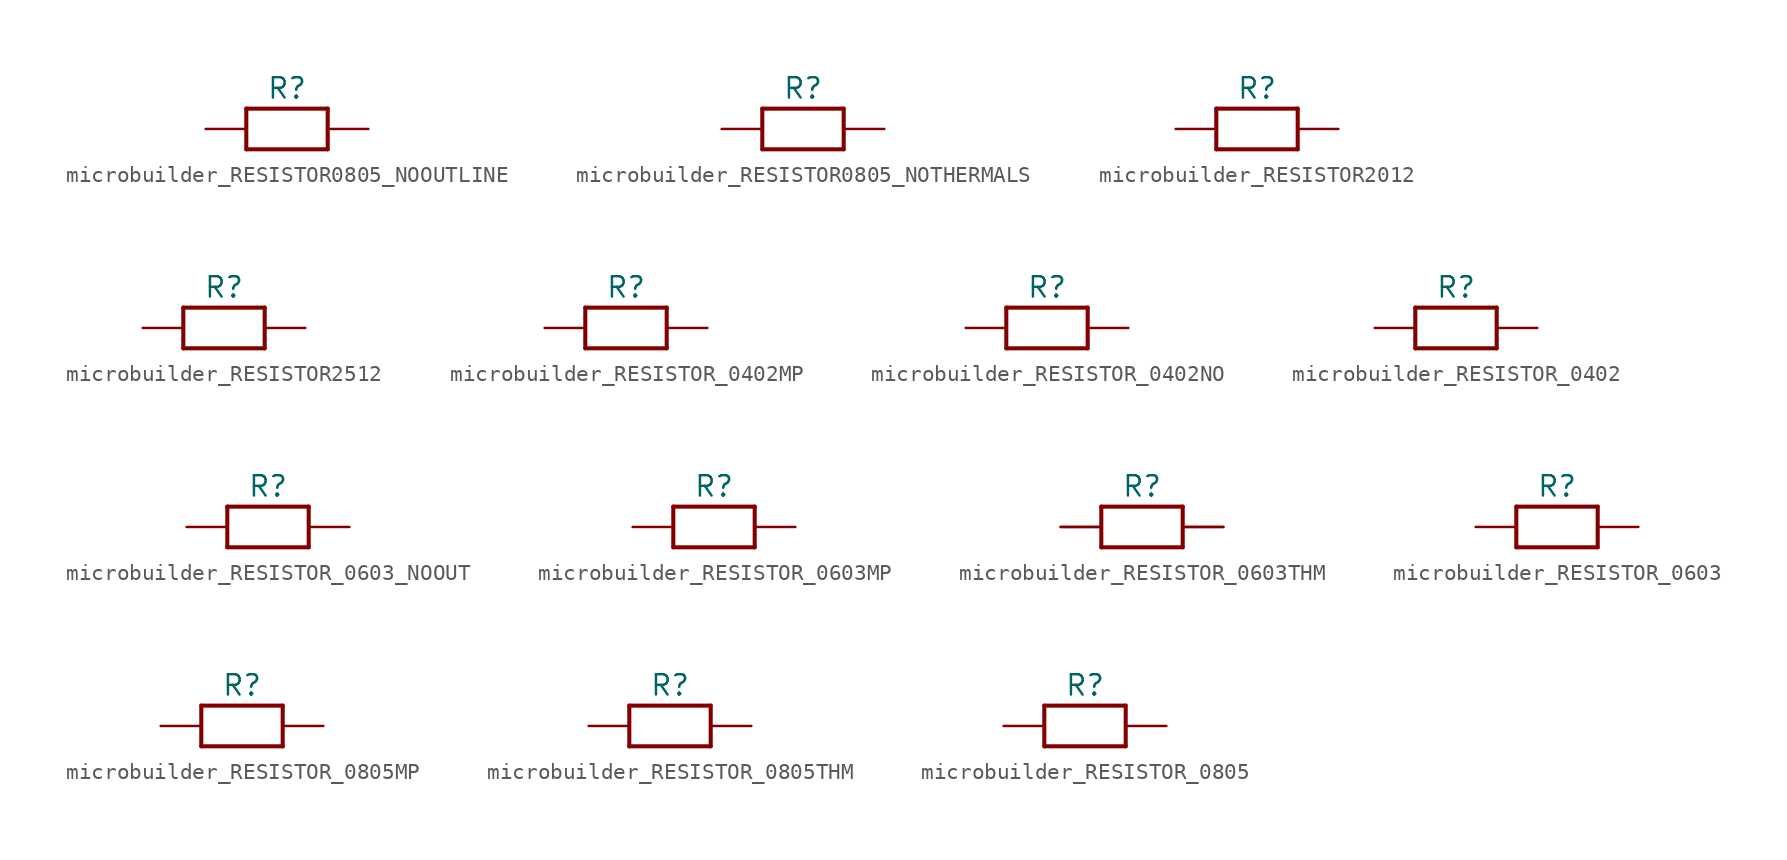
<source format=kicad_sym>
(kicad_symbol_lib
  (version 20241209)
  (generator "kicad_symbol_editor")
  (generator_version "9.0")
  (symbol "microbuilder_RESISTOR0805_NOOUTLINE"
    (property "Reference" "R"
      (at 0 2.54 0)
      (effects (font (size 1.27 1.27))))
    (property "Value" ""
      (at 0 0 0)
      (effects (font (size 1.016 1.016) (thickness 0.203) (bold yes))))
    (property "ki_locked" ""
      (at 0 0 0)
      (effects (font (size 1.27 1.27))))
    (symbol "microbuilder_RESISTOR0805_NOOUTLINE_1_0"
      (polyline (pts (xy -2.54 1.27) (xy 2.54 1.27)) (stroke (width 0.254) (type solid)) (fill (type none)))
      (polyline (pts (xy -2.54 -1.27) (xy -2.54 1.27)) (stroke (width 0.254) (type solid)) (fill (type none)))
      (polyline (pts (xy 2.54 1.27) (xy 2.54 -1.27)) (stroke (width 0.254) (type solid)) (fill (type none)))
      (polyline (pts (xy 2.54 -1.27) (xy -2.54 -1.27)) (stroke (width 0.254) (type solid)) (fill (type none)))
      (pin passive line (at -5.08 0 0) (length 2.54) (name "1" (effects (font (size 0 0)))) (number "1" (effects (font (size 0 0)))))
      (pin passive line (at 5.08 0 180) (length 2.54) (name "2" (effects (font (size 0 0)))) (number "2" (effects (font (size 0 0)))))))
  (symbol "microbuilder_RESISTOR0805_NOTHERMALS"
    (property "Reference" "R"
      (at 0 2.54 0)
      (effects (font (size 1.27 1.27))))
    (property "Value" ""
      (at 0 0 0)
      (effects (font (size 1.016 1.016) (thickness 0.203) (bold yes))))
    (property "ki_locked" ""
      (at 0 0 0)
      (effects (font (size 1.27 1.27))))
    (symbol "microbuilder_RESISTOR0805_NOTHERMALS_1_0"
      (polyline (pts (xy -2.54 1.27) (xy 2.54 1.27)) (stroke (width 0.254) (type solid)) (fill (type none)))
      (polyline (pts (xy -2.54 -1.27) (xy -2.54 1.27)) (stroke (width 0.254) (type solid)) (fill (type none)))
      (polyline (pts (xy 2.54 1.27) (xy 2.54 -1.27)) (stroke (width 0.254) (type solid)) (fill (type none)))
      (polyline (pts (xy 2.54 -1.27) (xy -2.54 -1.27)) (stroke (width 0.254) (type solid)) (fill (type none)))
      (pin passive line (at -5.08 0 0) (length 2.54) (name "1" (effects (font (size 0 0)))) (number "1" (effects (font (size 0 0)))))
      (pin passive line (at 5.08 0 180) (length 2.54) (name "2" (effects (font (size 0 0)))) (number "2" (effects (font (size 0 0)))))))
  (symbol "microbuilder_RESISTOR2012"
    (property "Reference" "R"
      (at 0 2.54 0)
      (effects (font (size 1.27 1.27))))
    (property "Value" ""
      (at 0 0 0)
      (effects (font (size 1.016 1.016) (thickness 0.203) (bold yes))))
    (property "ki_locked" ""
      (at 0 0 0)
      (effects (font (size 1.27 1.27))))
    (symbol "microbuilder_RESISTOR2012_1_0"
      (polyline (pts (xy -2.54 1.27) (xy 2.54 1.27)) (stroke (width 0.254) (type solid)) (fill (type none)))
      (polyline (pts (xy -2.54 -1.27) (xy -2.54 1.27)) (stroke (width 0.254) (type solid)) (fill (type none)))
      (polyline (pts (xy 2.54 1.27) (xy 2.54 -1.27)) (stroke (width 0.254) (type solid)) (fill (type none)))
      (polyline (pts (xy 2.54 -1.27) (xy -2.54 -1.27)) (stroke (width 0.254) (type solid)) (fill (type none)))
      (pin passive line (at -5.08 0 0) (length 2.54) (name "1" (effects (font (size 0 0)))) (number "1" (effects (font (size 0 0)))))
      (pin passive line (at 5.08 0 180) (length 2.54) (name "2" (effects (font (size 0 0)))) (number "2" (effects (font (size 0 0)))))))
  (symbol "microbuilder_RESISTOR2512"
    (property "Reference" "R"
      (at 0 2.54 0)
      (effects (font (size 1.27 1.27))))
    (property "Value" ""
      (at 0 0 0)
      (effects (font (size 1.016 1.016) (thickness 0.203) (bold yes))))
    (property "ki_locked" ""
      (at 0 0 0)
      (effects (font (size 1.27 1.27))))
    (symbol "microbuilder_RESISTOR2512_1_0"
      (polyline (pts (xy -2.54 1.27) (xy 2.54 1.27)) (stroke (width 0.254) (type solid)) (fill (type none)))
      (polyline (pts (xy -2.54 -1.27) (xy -2.54 1.27)) (stroke (width 0.254) (type solid)) (fill (type none)))
      (polyline (pts (xy 2.54 1.27) (xy 2.54 -1.27)) (stroke (width 0.254) (type solid)) (fill (type none)))
      (polyline (pts (xy 2.54 -1.27) (xy -2.54 -1.27)) (stroke (width 0.254) (type solid)) (fill (type none)))
      (pin passive line (at -5.08 0 0) (length 2.54) (name "1" (effects (font (size 0 0)))) (number "1" (effects (font (size 0 0)))))
      (pin passive line (at 5.08 0 180) (length 2.54) (name "2" (effects (font (size 0 0)))) (number "2" (effects (font (size 0 0)))))))
  (symbol "microbuilder_RESISTOR_0402MP"
    (property "Reference" "R"
      (at 0 2.54 0)
      (effects (font (size 1.27 1.27))))
    (property "Value" ""
      (at 0 0 0)
      (effects (font (size 1.016 1.016) (thickness 0.203) (bold yes))))
    (property "ki_locked" ""
      (at 0 0 0)
      (effects (font (size 1.27 1.27))))
    (symbol "microbuilder_RESISTOR_0402MP_1_0"
      (polyline (pts (xy -2.54 1.27) (xy 2.54 1.27)) (stroke (width 0.254) (type solid)) (fill (type none)))
      (polyline (pts (xy -2.54 -1.27) (xy -2.54 1.27)) (stroke (width 0.254) (type solid)) (fill (type none)))
      (polyline (pts (xy 2.54 1.27) (xy 2.54 -1.27)) (stroke (width 0.254) (type solid)) (fill (type none)))
      (polyline (pts (xy 2.54 -1.27) (xy -2.54 -1.27)) (stroke (width 0.254) (type solid)) (fill (type none)))
      (pin passive line (at -5.08 0 0) (length 2.54) (name "1" (effects (font (size 0 0)))) (number "1" (effects (font (size 0 0)))))
      (pin passive line (at 5.08 0 180) (length 2.54) (name "2" (effects (font (size 0 0)))) (number "2" (effects (font (size 0 0)))))))
  (symbol "microbuilder_RESISTOR_0402NO"
    (property "Reference" "R"
      (at 0 2.54 0)
      (effects (font (size 1.27 1.27))))
    (property "Value" ""
      (at 0 0 0)
      (effects (font (size 1.016 1.016) (thickness 0.203) (bold yes))))
    (property "ki_locked" ""
      (at 0 0 0)
      (effects (font (size 1.27 1.27))))
    (symbol "microbuilder_RESISTOR_0402NO_1_0"
      (polyline (pts (xy -2.54 1.27) (xy 2.54 1.27)) (stroke (width 0.254) (type solid)) (fill (type none)))
      (polyline (pts (xy -2.54 -1.27) (xy -2.54 1.27)) (stroke (width 0.254) (type solid)) (fill (type none)))
      (polyline (pts (xy 2.54 1.27) (xy 2.54 -1.27)) (stroke (width 0.254) (type solid)) (fill (type none)))
      (polyline (pts (xy 2.54 -1.27) (xy -2.54 -1.27)) (stroke (width 0.254) (type solid)) (fill (type none)))
      (pin passive line (at -5.08 0 0) (length 2.54) (name "1" (effects (font (size 0 0)))) (number "1" (effects (font (size 0 0)))))
      (pin passive line (at 5.08 0 180) (length 2.54) (name "2" (effects (font (size 0 0)))) (number "2" (effects (font (size 0 0)))))))
  (symbol "microbuilder_RESISTOR_0402"
    (property "Reference" "R"
      (at 0 2.54 0)
      (effects (font (size 1.27 1.27))))
    (property "Value" ""
      (at 0 0 0)
      (effects (font (size 1.016 1.016) (thickness 0.203) (bold yes))))
    (property "ki_locked" ""
      (at 0 0 0)
      (effects (font (size 1.27 1.27))))
    (symbol "microbuilder_RESISTOR_0402_1_0"
      (polyline (pts (xy -2.54 1.27) (xy 2.54 1.27)) (stroke (width 0.254) (type solid)) (fill (type none)))
      (polyline (pts (xy -2.54 -1.27) (xy -2.54 1.27)) (stroke (width 0.254) (type solid)) (fill (type none)))
      (polyline (pts (xy 2.54 1.27) (xy 2.54 -1.27)) (stroke (width 0.254) (type solid)) (fill (type none)))
      (polyline (pts (xy 2.54 -1.27) (xy -2.54 -1.27)) (stroke (width 0.254) (type solid)) (fill (type none)))
      (pin passive line (at -5.08 0 0) (length 2.54) (name "1" (effects (font (size 0 0)))) (number "1" (effects (font (size 0 0)))))
      (pin passive line (at 5.08 0 180) (length 2.54) (name "2" (effects (font (size 0 0)))) (number "2" (effects (font (size 0 0)))))))
  (symbol "microbuilder_RESISTOR_0603_NOOUT"
    (property "Reference" "R"
      (at 0 2.54 0)
      (effects (font (size 1.27 1.27))))
    (property "Value" ""
      (at 0 0 0)
      (effects (font (size 1.016 1.016) (thickness 0.203) (bold yes))))
    (property "ki_locked" ""
      (at 0 0 0)
      (effects (font (size 1.27 1.27))))
    (symbol "microbuilder_RESISTOR_0603_NOOUT_1_0"
      (polyline (pts (xy -2.54 1.27) (xy 2.54 1.27)) (stroke (width 0.254) (type solid)) (fill (type none)))
      (polyline (pts (xy -2.54 -1.27) (xy -2.54 1.27)) (stroke (width 0.254) (type solid)) (fill (type none)))
      (polyline (pts (xy 2.54 1.27) (xy 2.54 -1.27)) (stroke (width 0.254) (type solid)) (fill (type none)))
      (polyline (pts (xy 2.54 -1.27) (xy -2.54 -1.27)) (stroke (width 0.254) (type solid)) (fill (type none)))
      (pin passive line (at -5.08 0 0) (length 2.54) (name "1" (effects (font (size 0 0)))) (number "1" (effects (font (size 0 0)))))
      (pin passive line (at 5.08 0 180) (length 2.54) (name "2" (effects (font (size 0 0)))) (number "2" (effects (font (size 0 0)))))))
  (symbol "microbuilder_RESISTOR_0603MP"
    (property "Reference" "R"
      (at 0 2.54 0)
      (effects (font (size 1.27 1.27))))
    (property "Value" ""
      (at 0 0 0)
      (effects (font (size 1.016 1.016) (thickness 0.203) (bold yes))))
    (property "ki_locked" ""
      (at 0 0 0)
      (effects (font (size 1.27 1.27))))
    (symbol "microbuilder_RESISTOR_0603MP_1_0"
      (polyline (pts (xy -2.54 1.27) (xy 2.54 1.27)) (stroke (width 0.254) (type solid)) (fill (type none)))
      (polyline (pts (xy -2.54 -1.27) (xy -2.54 1.27)) (stroke (width 0.254) (type solid)) (fill (type none)))
      (polyline (pts (xy 2.54 1.27) (xy 2.54 -1.27)) (stroke (width 0.254) (type solid)) (fill (type none)))
      (polyline (pts (xy 2.54 -1.27) (xy -2.54 -1.27)) (stroke (width 0.254) (type solid)) (fill (type none)))
      (pin passive line (at -5.08 0 0) (length 2.54) (name "1" (effects (font (size 0 0)))) (number "1" (effects (font (size 0 0)))))
      (pin passive line (at 5.08 0 180) (length 2.54) (name "2" (effects (font (size 0 0)))) (number "2" (effects (font (size 0 0)))))))
  (symbol "microbuilder_RESISTOR_0603THM"
    (property "Reference" "R"
      (at 0 2.54 0)
      (effects (font (size 1.27 1.27))))
    (property "Value" ""
      (at 0 0 0)
      (effects (font (size 1.016 1.016) (thickness 0.203) (bold yes))))
    (property "ki_locked" ""
      (at 0 0 0)
      (effects (font (size 1.27 1.27))))
    (symbol "microbuilder_RESISTOR_0603THM_1_0"
      (polyline (pts (xy -2.54 1.27) (xy 2.54 1.27)) (stroke (width 0.254) (type solid)) (fill (type none)))
      (polyline (pts (xy -2.54 -1.27) (xy -2.54 1.27)) (stroke (width 0.254) (type solid)) (fill (type none)))
      (polyline (pts (xy 2.54 1.27) (xy 2.54 -1.27)) (stroke (width 0.254) (type solid)) (fill (type none)))
      (polyline (pts (xy 2.54 -1.27) (xy -2.54 -1.27)) (stroke (width 0.254) (type solid)) (fill (type none)))
      (pin passive line (at -5.08 0 0) (length 2.54) (name "1" (effects (font (size 0 0)))) (number "1" (effects (font (size 0 0)))))
      (pin passive line (at -5.08 0 0) (length 2.54) (name "1" (effects (font (size 0 0)))) (number "11" (effects (font (size 0 0)))))
      (pin passive line (at 5.08 0 180) (length 2.54) (name "2" (effects (font (size 0 0)))) (number "2" (effects (font (size 0 0)))))
      (pin passive line (at 5.08 0 180) (length 2.54) (name "2" (effects (font (size 0 0)))) (number "22" (effects (font (size 0 0)))))))
  (symbol "microbuilder_RESISTOR_0603"
    (property "Reference" "R"
      (at 0 2.54 0)
      (effects (font (size 1.27 1.27))))
    (property "Value" ""
      (at 0 0 0)
      (effects (font (size 1.016 1.016) (thickness 0.203) (bold yes))))
    (property "ki_locked" ""
      (at 0 0 0)
      (effects (font (size 1.27 1.27))))
    (symbol "microbuilder_RESISTOR_0603_1_0"
      (polyline (pts (xy -2.54 1.27) (xy 2.54 1.27)) (stroke (width 0.254) (type solid)) (fill (type none)))
      (polyline (pts (xy -2.54 -1.27) (xy -2.54 1.27)) (stroke (width 0.254) (type solid)) (fill (type none)))
      (polyline (pts (xy 2.54 1.27) (xy 2.54 -1.27)) (stroke (width 0.254) (type solid)) (fill (type none)))
      (polyline (pts (xy 2.54 -1.27) (xy -2.54 -1.27)) (stroke (width 0.254) (type solid)) (fill (type none)))
      (pin passive line (at -5.08 0 0) (length 2.54) (name "1" (effects (font (size 0 0)))) (number "1" (effects (font (size 0 0)))))
      (pin passive line (at 5.08 0 180) (length 2.54) (name "2" (effects (font (size 0 0)))) (number "2" (effects (font (size 0 0)))))))
  (symbol "microbuilder_RESISTOR_0805MP"
    (property "Reference" "R"
      (at 0 2.54 0)
      (effects (font (size 1.27 1.27))))
    (property "Value" ""
      (at 0 0 0)
      (effects (font (size 1.016 1.016) (thickness 0.203) (bold yes))))
    (property "ki_locked" ""
      (at 0 0 0)
      (effects (font (size 1.27 1.27))))
    (symbol "microbuilder_RESISTOR_0805MP_1_0"
      (polyline (pts (xy -2.54 1.27) (xy 2.54 1.27)) (stroke (width 0.254) (type solid)) (fill (type none)))
      (polyline (pts (xy -2.54 -1.27) (xy -2.54 1.27)) (stroke (width 0.254) (type solid)) (fill (type none)))
      (polyline (pts (xy 2.54 1.27) (xy 2.54 -1.27)) (stroke (width 0.254) (type solid)) (fill (type none)))
      (polyline (pts (xy 2.54 -1.27) (xy -2.54 -1.27)) (stroke (width 0.254) (type solid)) (fill (type none)))
      (pin passive line (at -5.08 0 0) (length 2.54) (name "1" (effects (font (size 0 0)))) (number "1" (effects (font (size 0 0)))))
      (pin passive line (at 5.08 0 180) (length 2.54) (name "2" (effects (font (size 0 0)))) (number "2" (effects (font (size 0 0)))))))
  (symbol "microbuilder_RESISTOR_0805THM"
    (property "Reference" "R"
      (at 0 2.54 0)
      (effects (font (size 1.27 1.27))))
    (property "Value" ""
      (at 0 0 0)
      (effects (font (size 1.016 1.016) (thickness 0.203) (bold yes))))
    (property "ki_locked" ""
      (at 0 0 0)
      (effects (font (size 1.27 1.27))))
    (symbol "microbuilder_RESISTOR_0805THM_1_0"
      (polyline (pts (xy -2.54 1.27) (xy 2.54 1.27)) (stroke (width 0.254) (type solid)) (fill (type none)))
      (polyline (pts (xy -2.54 -1.27) (xy -2.54 1.27)) (stroke (width 0.254) (type solid)) (fill (type none)))
      (polyline (pts (xy 2.54 1.27) (xy 2.54 -1.27)) (stroke (width 0.254) (type solid)) (fill (type none)))
      (polyline (pts (xy 2.54 -1.27) (xy -2.54 -1.27)) (stroke (width 0.254) (type solid)) (fill (type none)))
      (pin passive line (at -5.08 0 0) (length 2.54) (name "1" (effects (font (size 0 0)))) (number "1" (effects (font (size 0 0)))))
      (pin passive line (at 5.08 0 180) (length 2.54) (name "2" (effects (font (size 0 0)))) (number "2" (effects (font (size 0 0)))))))
  (symbol "microbuilder_RESISTOR_0805"
    (property "Reference" "R"
      (at 0 2.54 0)
      (effects (font (size 1.27 1.27))))
    (property "Value" ""
      (at 0 0 0)
      (effects (font (size 1.016 1.016) (thickness 0.203) (bold yes))))
    (property "ki_locked" ""
      (at 0 0 0)
      (effects (font (size 1.27 1.27))))
    (symbol "microbuilder_RESISTOR_0805_1_0"
      (polyline (pts (xy -2.54 1.27) (xy 2.54 1.27)) (stroke (width 0.254) (type solid)) (fill (type none)))
      (polyline (pts (xy -2.54 -1.27) (xy -2.54 1.27)) (stroke (width 0.254) (type solid)) (fill (type none)))
      (polyline (pts (xy 2.54 1.27) (xy 2.54 -1.27)) (stroke (width 0.254) (type solid)) (fill (type none)))
      (polyline (pts (xy 2.54 -1.27) (xy -2.54 -1.27)) (stroke (width 0.254) (type solid)) (fill (type none)))
      (pin passive line (at -5.08 0 0) (length 2.54) (name "1" (effects (font (size 0 0)))) (number "1" (effects (font (size 0 0)))))
      (pin passive line (at 5.08 0 180) (length 2.54) (name "2" (effects (font (size 0 0)))) (number "2" (effects (font (size 0 0))))))))
</source>
